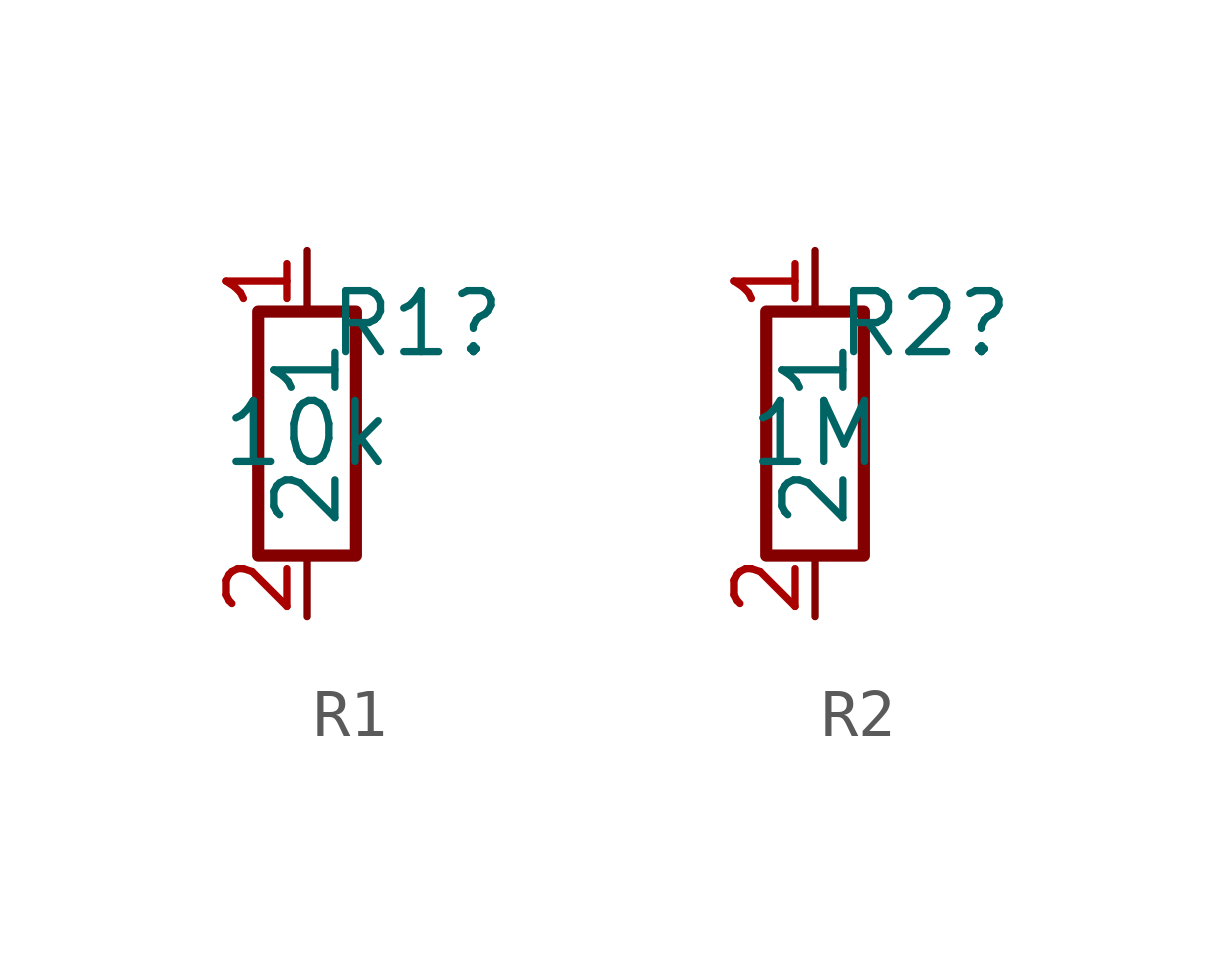
<source format=kicad_sym>
(kicad_symbol_lib
  (version 20241209)
  (generator "kicad_symbol_editor")
  (generator_version "9.0")
  (symbol "R1"
    (property "Reference" "R1"
      (at 2.286 2.286 0)
      (effects (font (size 1.27 1.27))))
    (property "Value" "10k"
      (at 0 0 0)
      (effects (font (size 1.27 1.27))))
    (symbol "R1_0_1"
      (rectangle (start -1.016 2.54) (end 1.016 -2.54) (stroke (width 0.254) (type default)) (fill (type none))))
    (symbol "R1_1_1"
      (pin passive line (at 0 3.81 270) (length 1.27) (name "1" (effects (font (size 1.27 1.27)))) (number "1" (effects (font (size 1.27 1.27)))))
      (pin passive line (at 0 -3.81 90) (length 1.27) (name "2" (effects (font (size 1.27 1.27)))) (number "2" (effects (font (size 1.27 1.27)))))))
  (symbol "R2"
    (property "Reference" "R2"
      (at 2.286 2.286 0)
      (effects (font (size 1.27 1.27))))
    (property "Value" "1M"
      (at 0 0 0)
      (effects (font (size 1.27 1.27))))
    (symbol "R2_0_1"
      (rectangle (start -1.016 2.54) (end 1.016 -2.54) (stroke (width 0.254) (type default)) (fill (type none))))
    (symbol "R2_1_1"
      (pin passive line (at 0 3.81 270) (length 1.27) (name "1" (effects (font (size 1.27 1.27)))) (number "1" (effects (font (size 1.27 1.27)))))
      (pin passive line (at 0 -3.81 90) (length 1.27) (name "2" (effects (font (size 1.27 1.27)))) (number "2" (effects (font (size 1.27 1.27))))))))
</source>
